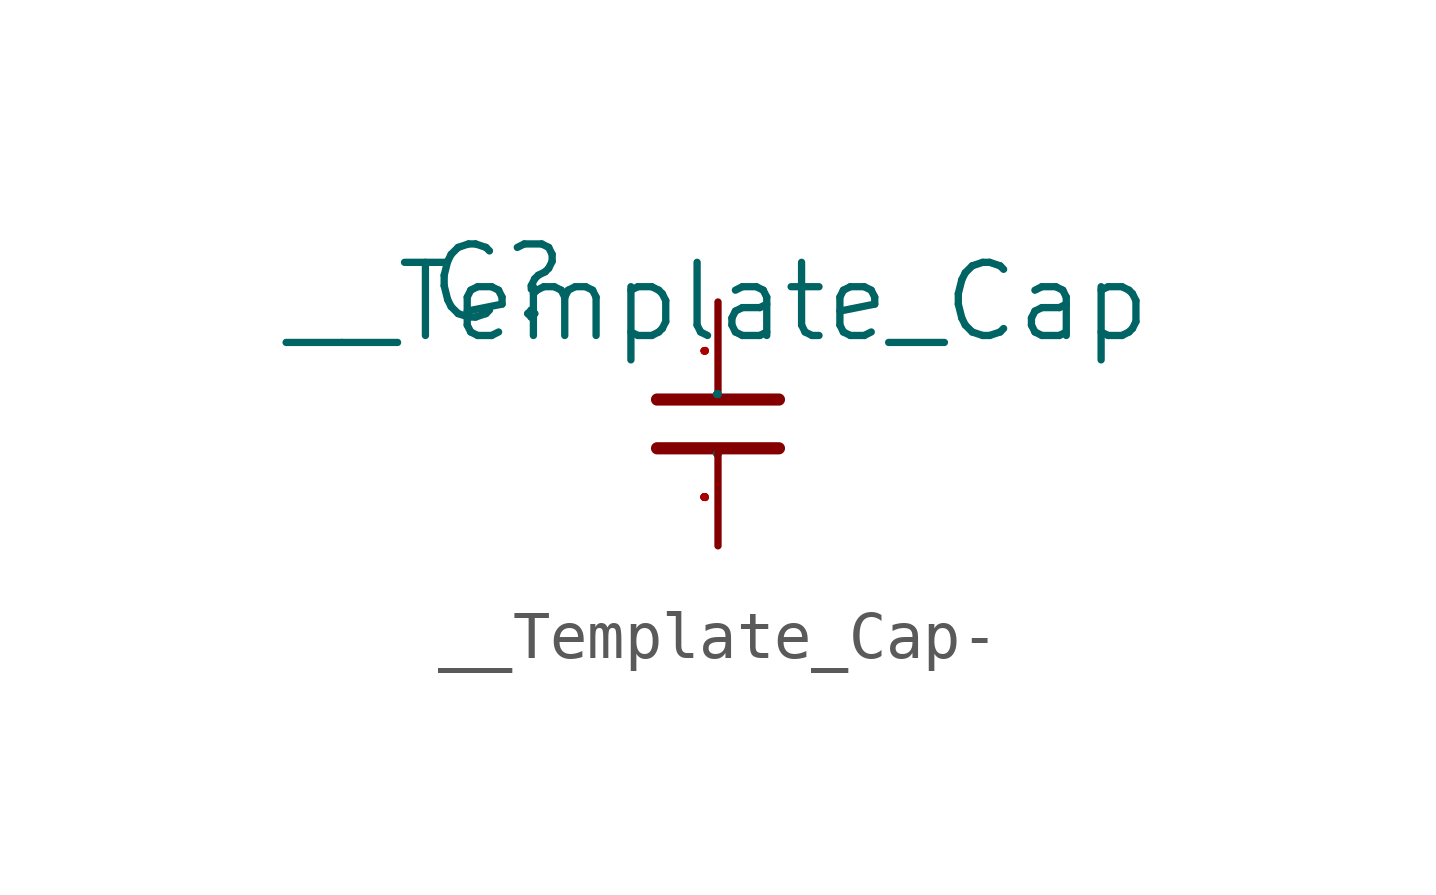
<source format=kicad_sym>
(kicad_symbol_lib
  (version 20220914)
  (generator kicad_symbol_editor)
  (symbol "__Template_Cap-"
    (pin_names
      (offset 1.016))
    (property "Reference" "C"
      (at -6.096 -0.508 0)
      (effects (font (size 1.524 1.524)) (justify left bottom)))
    (property "Value" "__Template_Cap"
      (at 0 0 0)
      (effects (font (size 1.524 1.524))))
    (property "Footprint" ""
      (at 0 0 0)
      (effects (font (size 1.524 1.524))))
    (property "Datasheet" ""
      (at 0 0 0)
      (effects (font (size 1.524 1.524))))
    (symbol "__Template_Cap-_0_1"
      (polyline (pts (xy 1.27 -3.048) (xy -1.27 -3.048)) (stroke (width 0.254) (type solid)) (fill (type none)))
      (polyline (pts (xy 1.27 -2.032) (xy -1.27 -2.032)) (stroke (width 0.254) (type solid)) (fill (type none)))
      (pin passive line (at 0 0 270) (length 2.032) (name "P" (effects (font (size 0.025 0.025)))) (number "1" (effects (font (size 0.025 0.025)))))
      (pin passive line (at 0 -5.08 90) (length 2.032) (name "P" (effects (font (size 0.025 0.025)))) (number "2" (effects (font (size 0.025 0.025))))))))
</source>
